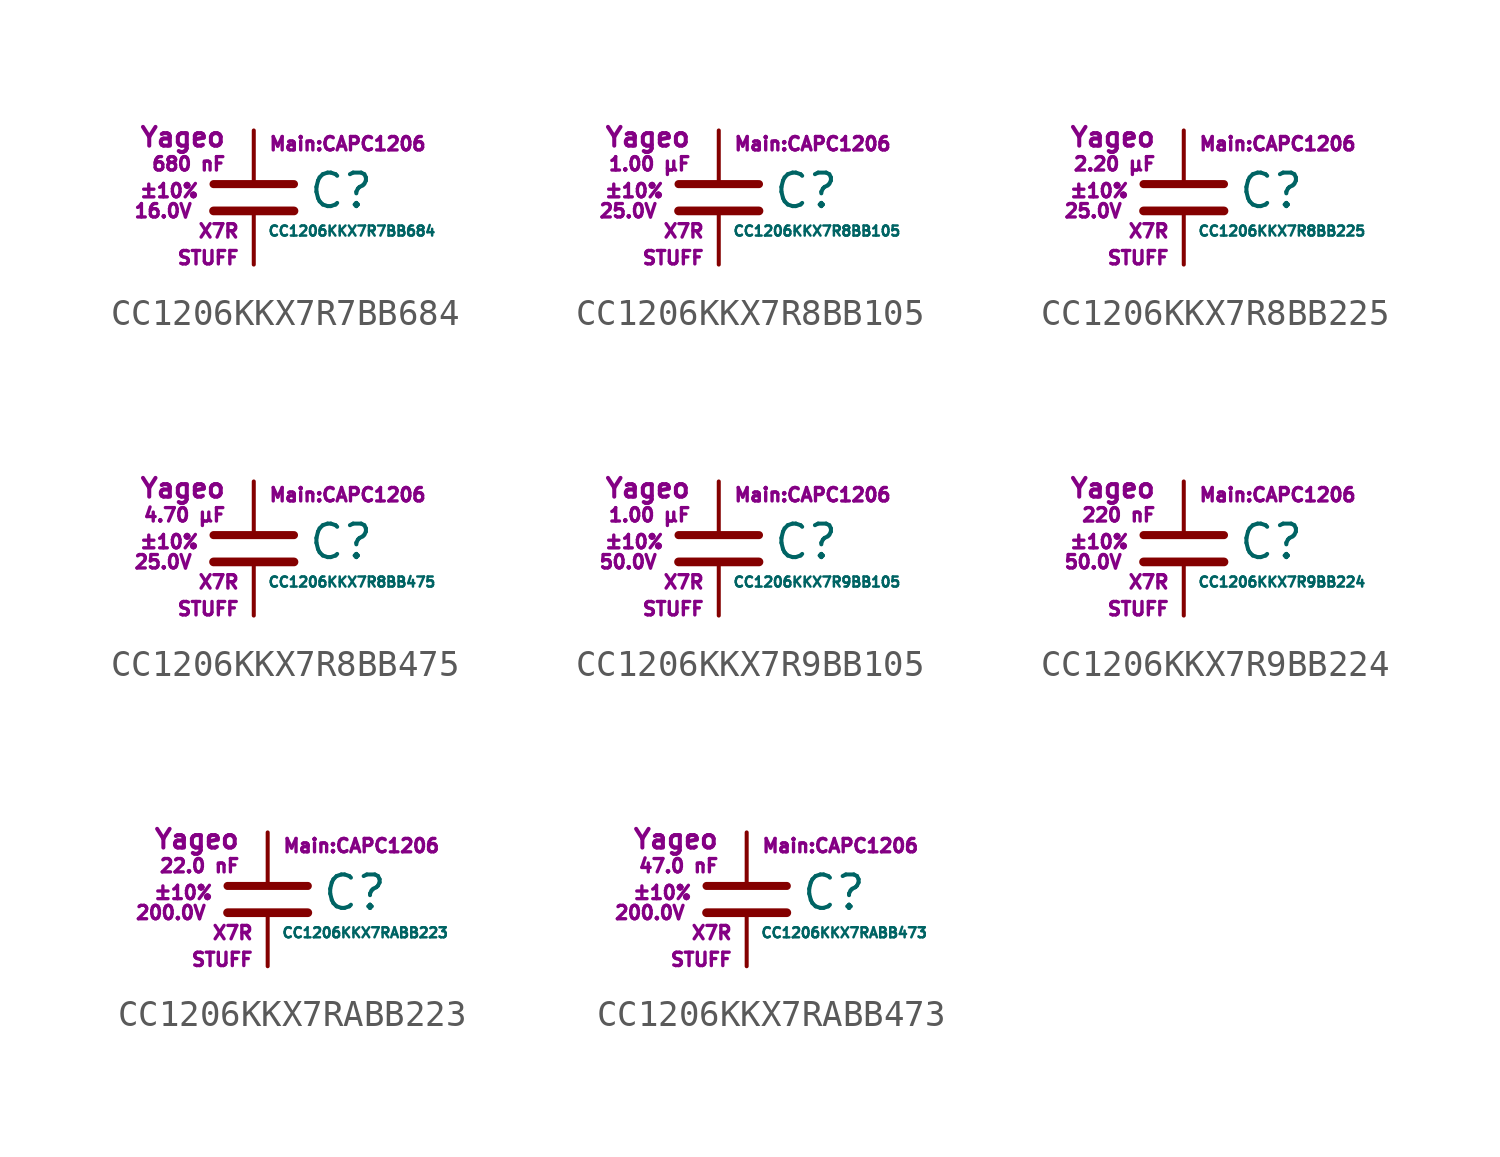
<source format=kicad_sym>
(kicad_symbol_lib
  (version 20211014)
  (generator kicad_symbol_editor)
  (symbol "CC1206KKX7R7BB684"
    (pin_numbers hide)
    (pin_names
      (offset 0.254) hide)
    (property "Reference" "C"
      (at 2.032 0.254 0)
      (effects (font (size 1.27 1.27)) (justify left)))
    (property "Value" "CC1206KKX7R7BB684"
      (at 0.508 -1.27 0)
      (effects (font (size 0.381 0.381)) (justify left)))
    (property "Footprint" "Main:CAPC1206"
      (at 3.556 2.032 0)
      (effects (font (size 0.508 0.508))))
    (property "Datasheet" ""
      (at 0.762 0.508 0)
      (effects (font (size 1.27 1.27))))
    (property "Manufacturer" "Yageo"
      (at -1.016 2.286 0)
      (effects (font (size 0.711 0.711)) (justify right)))
    (property "SKU" "STUFF"
      (at -0.508 -2.286 0)
      (effects (font (size 0.508 0.508)) (justify right)))
    (property "C" "680 nF"
      (at -1.016 1.27 0)
      (effects (font (size 0.508 0.508)) (justify right)))
    (property "Tol" "±10%"
      (at -2.032 0.254 0)
      (effects (font (size 0.508 0.508)) (justify right)))
    (property "Vmax" "16.0V"
      (at -2.286 -0.508 0)
      (effects (font (size 0.508 0.508)) (justify right)))
    (property "Type" "X7R"
      (at -0.508 -1.27 0)
      (effects (font (size 0.508 0.508)) (justify right)))
    (symbol "CC1206KKX7R7BB684_0_1"
      (polyline (pts (xy -1.524 -0.508) (xy 1.524 -0.508)) (stroke (width 0.33) (type default) (color 0 0 0 0)) (fill (type none)))
      (polyline (pts (xy -1.524 0.508) (xy 1.524 0.508)) (stroke (width 0.305) (type default) (color 0 0 0 0)) (fill (type none))))
    (symbol "CC1206KKX7R7BB684_1_1"
      (pin passive line (at 0 2.54 270) (length 1.905) (name "~" (effects (font (size 1.016 1.016)))) (number "1" (effects (font (size 1.016 1.016)))))
      (pin passive line (at 0 -2.54 90) (length 2.032) (name "~" (effects (font (size 1.016 1.016)))) (number "2" (effects (font (size 1.016 1.016)))))))
  (symbol "CC1206KKX7R8BB105"
    (pin_numbers hide)
    (pin_names
      (offset 0.254) hide)
    (property "Reference" "C"
      (at 2.032 0.254 0)
      (effects (font (size 1.27 1.27)) (justify left)))
    (property "Value" "CC1206KKX7R8BB105"
      (at 0.508 -1.27 0)
      (effects (font (size 0.381 0.381)) (justify left)))
    (property "Footprint" "Main:CAPC1206"
      (at 3.556 2.032 0)
      (effects (font (size 0.508 0.508))))
    (property "Datasheet" ""
      (at 0.762 0.508 0)
      (effects (font (size 1.27 1.27))))
    (property "Manufacturer" "Yageo"
      (at -1.016 2.286 0)
      (effects (font (size 0.711 0.711)) (justify right)))
    (property "SKU" "STUFF"
      (at -0.508 -2.286 0)
      (effects (font (size 0.508 0.508)) (justify right)))
    (property "C" "1.00 µF"
      (at -1.016 1.27 0)
      (effects (font (size 0.508 0.508)) (justify right)))
    (property "Tol" "±10%"
      (at -2.032 0.254 0)
      (effects (font (size 0.508 0.508)) (justify right)))
    (property "Vmax" "25.0V"
      (at -2.286 -0.508 0)
      (effects (font (size 0.508 0.508)) (justify right)))
    (property "Type" "X7R"
      (at -0.508 -1.27 0)
      (effects (font (size 0.508 0.508)) (justify right)))
    (symbol "CC1206KKX7R8BB105_0_1"
      (polyline (pts (xy -1.524 -0.508) (xy 1.524 -0.508)) (stroke (width 0.33) (type default) (color 0 0 0 0)) (fill (type none)))
      (polyline (pts (xy -1.524 0.508) (xy 1.524 0.508)) (stroke (width 0.305) (type default) (color 0 0 0 0)) (fill (type none))))
    (symbol "CC1206KKX7R8BB105_1_1"
      (pin passive line (at 0 2.54 270) (length 1.905) (name "~" (effects (font (size 1.016 1.016)))) (number "1" (effects (font (size 1.016 1.016)))))
      (pin passive line (at 0 -2.54 90) (length 2.032) (name "~" (effects (font (size 1.016 1.016)))) (number "2" (effects (font (size 1.016 1.016)))))))
  (symbol "CC1206KKX7R8BB225"
    (pin_numbers hide)
    (pin_names
      (offset 0.254) hide)
    (property "Reference" "C"
      (at 2.032 0.254 0)
      (effects (font (size 1.27 1.27)) (justify left)))
    (property "Value" "CC1206KKX7R8BB225"
      (at 0.508 -1.27 0)
      (effects (font (size 0.381 0.381)) (justify left)))
    (property "Footprint" "Main:CAPC1206"
      (at 3.556 2.032 0)
      (effects (font (size 0.508 0.508))))
    (property "Datasheet" ""
      (at 0.762 0.508 0)
      (effects (font (size 1.27 1.27))))
    (property "Manufacturer" "Yageo"
      (at -1.016 2.286 0)
      (effects (font (size 0.711 0.711)) (justify right)))
    (property "SKU" "STUFF"
      (at -0.508 -2.286 0)
      (effects (font (size 0.508 0.508)) (justify right)))
    (property "C" "2.20 µF"
      (at -1.016 1.27 0)
      (effects (font (size 0.508 0.508)) (justify right)))
    (property "Tol" "±10%"
      (at -2.032 0.254 0)
      (effects (font (size 0.508 0.508)) (justify right)))
    (property "Vmax" "25.0V"
      (at -2.286 -0.508 0)
      (effects (font (size 0.508 0.508)) (justify right)))
    (property "Type" "X7R"
      (at -0.508 -1.27 0)
      (effects (font (size 0.508 0.508)) (justify right)))
    (symbol "CC1206KKX7R8BB225_0_1"
      (polyline (pts (xy -1.524 -0.508) (xy 1.524 -0.508)) (stroke (width 0.33) (type default) (color 0 0 0 0)) (fill (type none)))
      (polyline (pts (xy -1.524 0.508) (xy 1.524 0.508)) (stroke (width 0.305) (type default) (color 0 0 0 0)) (fill (type none))))
    (symbol "CC1206KKX7R8BB225_1_1"
      (pin passive line (at 0 2.54 270) (length 1.905) (name "~" (effects (font (size 1.016 1.016)))) (number "1" (effects (font (size 1.016 1.016)))))
      (pin passive line (at 0 -2.54 90) (length 2.032) (name "~" (effects (font (size 1.016 1.016)))) (number "2" (effects (font (size 1.016 1.016)))))))
  (symbol "CC1206KKX7R8BB475"
    (pin_numbers hide)
    (pin_names
      (offset 0.254) hide)
    (property "Reference" "C"
      (at 2.032 0.254 0)
      (effects (font (size 1.27 1.27)) (justify left)))
    (property "Value" "CC1206KKX7R8BB475"
      (at 0.508 -1.27 0)
      (effects (font (size 0.381 0.381)) (justify left)))
    (property "Footprint" "Main:CAPC1206"
      (at 3.556 2.032 0)
      (effects (font (size 0.508 0.508))))
    (property "Datasheet" ""
      (at 0.762 0.508 0)
      (effects (font (size 1.27 1.27))))
    (property "Manufacturer" "Yageo"
      (at -1.016 2.286 0)
      (effects (font (size 0.711 0.711)) (justify right)))
    (property "SKU" "STUFF"
      (at -0.508 -2.286 0)
      (effects (font (size 0.508 0.508)) (justify right)))
    (property "C" "4.70 µF"
      (at -1.016 1.27 0)
      (effects (font (size 0.508 0.508)) (justify right)))
    (property "Tol" "±10%"
      (at -2.032 0.254 0)
      (effects (font (size 0.508 0.508)) (justify right)))
    (property "Vmax" "25.0V"
      (at -2.286 -0.508 0)
      (effects (font (size 0.508 0.508)) (justify right)))
    (property "Type" "X7R"
      (at -0.508 -1.27 0)
      (effects (font (size 0.508 0.508)) (justify right)))
    (symbol "CC1206KKX7R8BB475_0_1"
      (polyline (pts (xy -1.524 -0.508) (xy 1.524 -0.508)) (stroke (width 0.33) (type default) (color 0 0 0 0)) (fill (type none)))
      (polyline (pts (xy -1.524 0.508) (xy 1.524 0.508)) (stroke (width 0.305) (type default) (color 0 0 0 0)) (fill (type none))))
    (symbol "CC1206KKX7R8BB475_1_1"
      (pin passive line (at 0 2.54 270) (length 1.905) (name "~" (effects (font (size 1.016 1.016)))) (number "1" (effects (font (size 1.016 1.016)))))
      (pin passive line (at 0 -2.54 90) (length 2.032) (name "~" (effects (font (size 1.016 1.016)))) (number "2" (effects (font (size 1.016 1.016)))))))
  (symbol "CC1206KKX7R9BB105"
    (pin_numbers hide)
    (pin_names
      (offset 0.254) hide)
    (property "Reference" "C"
      (at 2.032 0.254 0)
      (effects (font (size 1.27 1.27)) (justify left)))
    (property "Value" "CC1206KKX7R9BB105"
      (at 0.508 -1.27 0)
      (effects (font (size 0.381 0.381)) (justify left)))
    (property "Footprint" "Main:CAPC1206"
      (at 3.556 2.032 0)
      (effects (font (size 0.508 0.508))))
    (property "Datasheet" ""
      (at 0.762 0.508 0)
      (effects (font (size 1.27 1.27))))
    (property "Manufacturer" "Yageo"
      (at -1.016 2.286 0)
      (effects (font (size 0.711 0.711)) (justify right)))
    (property "SKU" "STUFF"
      (at -0.508 -2.286 0)
      (effects (font (size 0.508 0.508)) (justify right)))
    (property "C" "1.00 µF"
      (at -1.016 1.27 0)
      (effects (font (size 0.508 0.508)) (justify right)))
    (property "Tol" "±10%"
      (at -2.032 0.254 0)
      (effects (font (size 0.508 0.508)) (justify right)))
    (property "Vmax" "50.0V"
      (at -2.286 -0.508 0)
      (effects (font (size 0.508 0.508)) (justify right)))
    (property "Type" "X7R"
      (at -0.508 -1.27 0)
      (effects (font (size 0.508 0.508)) (justify right)))
    (symbol "CC1206KKX7R9BB105_0_1"
      (polyline (pts (xy -1.524 -0.508) (xy 1.524 -0.508)) (stroke (width 0.33) (type default) (color 0 0 0 0)) (fill (type none)))
      (polyline (pts (xy -1.524 0.508) (xy 1.524 0.508)) (stroke (width 0.305) (type default) (color 0 0 0 0)) (fill (type none))))
    (symbol "CC1206KKX7R9BB105_1_1"
      (pin passive line (at 0 2.54 270) (length 1.905) (name "~" (effects (font (size 1.016 1.016)))) (number "1" (effects (font (size 1.016 1.016)))))
      (pin passive line (at 0 -2.54 90) (length 2.032) (name "~" (effects (font (size 1.016 1.016)))) (number "2" (effects (font (size 1.016 1.016)))))))
  (symbol "CC1206KKX7R9BB224"
    (pin_numbers hide)
    (pin_names
      (offset 0.254) hide)
    (property "Reference" "C"
      (at 2.032 0.254 0)
      (effects (font (size 1.27 1.27)) (justify left)))
    (property "Value" "CC1206KKX7R9BB224"
      (at 0.508 -1.27 0)
      (effects (font (size 0.381 0.381)) (justify left)))
    (property "Footprint" "Main:CAPC1206"
      (at 3.556 2.032 0)
      (effects (font (size 0.508 0.508))))
    (property "Datasheet" ""
      (at 0.762 0.508 0)
      (effects (font (size 1.27 1.27))))
    (property "Manufacturer" "Yageo"
      (at -1.016 2.286 0)
      (effects (font (size 0.711 0.711)) (justify right)))
    (property "SKU" "STUFF"
      (at -0.508 -2.286 0)
      (effects (font (size 0.508 0.508)) (justify right)))
    (property "C" "220 nF"
      (at -1.016 1.27 0)
      (effects (font (size 0.508 0.508)) (justify right)))
    (property "Tol" "±10%"
      (at -2.032 0.254 0)
      (effects (font (size 0.508 0.508)) (justify right)))
    (property "Vmax" "50.0V"
      (at -2.286 -0.508 0)
      (effects (font (size 0.508 0.508)) (justify right)))
    (property "Type" "X7R"
      (at -0.508 -1.27 0)
      (effects (font (size 0.508 0.508)) (justify right)))
    (symbol "CC1206KKX7R9BB224_0_1"
      (polyline (pts (xy -1.524 -0.508) (xy 1.524 -0.508)) (stroke (width 0.33) (type default) (color 0 0 0 0)) (fill (type none)))
      (polyline (pts (xy -1.524 0.508) (xy 1.524 0.508)) (stroke (width 0.305) (type default) (color 0 0 0 0)) (fill (type none))))
    (symbol "CC1206KKX7R9BB224_1_1"
      (pin passive line (at 0 2.54 270) (length 1.905) (name "~" (effects (font (size 1.016 1.016)))) (number "1" (effects (font (size 1.016 1.016)))))
      (pin passive line (at 0 -2.54 90) (length 2.032) (name "~" (effects (font (size 1.016 1.016)))) (number "2" (effects (font (size 1.016 1.016)))))))
  (symbol "CC1206KKX7RABB223"
    (pin_numbers hide)
    (pin_names
      (offset 0.254) hide)
    (property "Reference" "C"
      (at 2.032 0.254 0)
      (effects (font (size 1.27 1.27)) (justify left)))
    (property "Value" "CC1206KKX7RABB223"
      (at 0.508 -1.27 0)
      (effects (font (size 0.381 0.381)) (justify left)))
    (property "Footprint" "Main:CAPC1206"
      (at 3.556 2.032 0)
      (effects (font (size 0.508 0.508))))
    (property "Datasheet" ""
      (at 0.762 0.508 0)
      (effects (font (size 1.27 1.27))))
    (property "Manufacturer" "Yageo"
      (at -1.016 2.286 0)
      (effects (font (size 0.711 0.711)) (justify right)))
    (property "SKU" "STUFF"
      (at -0.508 -2.286 0)
      (effects (font (size 0.508 0.508)) (justify right)))
    (property "C" "22.0 nF"
      (at -1.016 1.27 0)
      (effects (font (size 0.508 0.508)) (justify right)))
    (property "Tol" "±10%"
      (at -2.032 0.254 0)
      (effects (font (size 0.508 0.508)) (justify right)))
    (property "Vmax" "200.0V"
      (at -2.286 -0.508 0)
      (effects (font (size 0.508 0.508)) (justify right)))
    (property "Type" "X7R"
      (at -0.508 -1.27 0)
      (effects (font (size 0.508 0.508)) (justify right)))
    (symbol "CC1206KKX7RABB223_0_1"
      (polyline (pts (xy -1.524 -0.508) (xy 1.524 -0.508)) (stroke (width 0.33) (type default) (color 0 0 0 0)) (fill (type none)))
      (polyline (pts (xy -1.524 0.508) (xy 1.524 0.508)) (stroke (width 0.305) (type default) (color 0 0 0 0)) (fill (type none))))
    (symbol "CC1206KKX7RABB223_1_1"
      (pin passive line (at 0 2.54 270) (length 1.905) (name "~" (effects (font (size 1.016 1.016)))) (number "1" (effects (font (size 1.016 1.016)))))
      (pin passive line (at 0 -2.54 90) (length 2.032) (name "~" (effects (font (size 1.016 1.016)))) (number "2" (effects (font (size 1.016 1.016)))))))
  (symbol "CC1206KKX7RABB473"
    (pin_numbers hide)
    (pin_names
      (offset 0.254) hide)
    (property "Reference" "C"
      (at 2.032 0.254 0)
      (effects (font (size 1.27 1.27)) (justify left)))
    (property "Value" "CC1206KKX7RABB473"
      (at 0.508 -1.27 0)
      (effects (font (size 0.381 0.381)) (justify left)))
    (property "Footprint" "Main:CAPC1206"
      (at 3.556 2.032 0)
      (effects (font (size 0.508 0.508))))
    (property "Datasheet" ""
      (at 0.762 0.508 0)
      (effects (font (size 1.27 1.27))))
    (property "Manufacturer" "Yageo"
      (at -1.016 2.286 0)
      (effects (font (size 0.711 0.711)) (justify right)))
    (property "SKU" "STUFF"
      (at -0.508 -2.286 0)
      (effects (font (size 0.508 0.508)) (justify right)))
    (property "C" "47.0 nF"
      (at -1.016 1.27 0)
      (effects (font (size 0.508 0.508)) (justify right)))
    (property "Tol" "±10%"
      (at -2.032 0.254 0)
      (effects (font (size 0.508 0.508)) (justify right)))
    (property "Vmax" "200.0V"
      (at -2.286 -0.508 0)
      (effects (font (size 0.508 0.508)) (justify right)))
    (property "Type" "X7R"
      (at -0.508 -1.27 0)
      (effects (font (size 0.508 0.508)) (justify right)))
    (symbol "CC1206KKX7RABB473_0_1"
      (polyline (pts (xy -1.524 -0.508) (xy 1.524 -0.508)) (stroke (width 0.33) (type default) (color 0 0 0 0)) (fill (type none)))
      (polyline (pts (xy -1.524 0.508) (xy 1.524 0.508)) (stroke (width 0.305) (type default) (color 0 0 0 0)) (fill (type none))))
    (symbol "CC1206KKX7RABB473_1_1"
      (pin passive line (at 0 2.54 270) (length 1.905) (name "~" (effects (font (size 1.016 1.016)))) (number "1" (effects (font (size 1.016 1.016)))))
      (pin passive line (at 0 -2.54 90) (length 2.032) (name "~" (effects (font (size 1.016 1.016)))) (number "2" (effects (font (size 1.016 1.016))))))))
</source>
